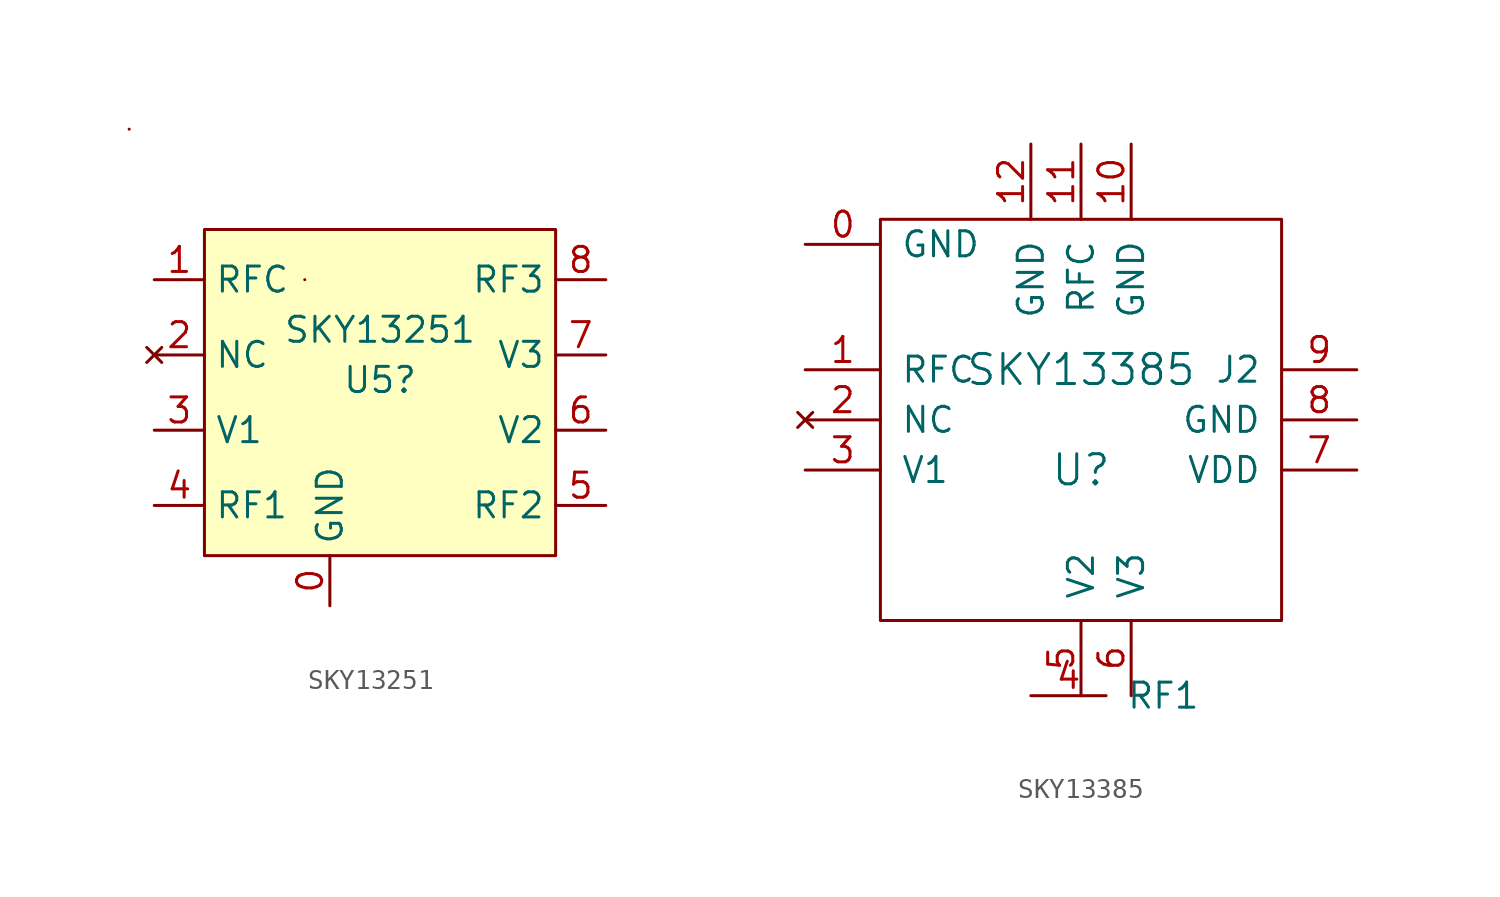
<source format=kicad_sym>
(kicad_symbol_lib
  (version 20211014)
  (generator kicad_symbol_editor)
  (symbol "SKY13251"
    (property "Reference" "U5"
      (at 0 1.27 0)
      (effects (font (size 1.27 1.27))))
    (property "Value" "SKY13251"
      (at 0 3.81 0)
      (effects (font (size 1.27 1.27))))
    (symbol "SKY13251_0_1"
      (rectangle (start -12.7 13.97) (end -12.7 13.97) (stroke (width 0.152) (type default) (color 0 0 0 0)) (fill (type none)))
      (rectangle (start -8.89 8.89) (end 8.89 -7.62) (stroke (width 0.152) (type default) (color 0 0 0 0)) (fill (type background)))
      (rectangle (start -3.81 6.35) (end -3.81 6.35) (stroke (width 0.152) (type default) (color 0 0 0 0)) (fill (type none))))
    (symbol "SKY13251_1_1"
      (pin power_in line (at -2.54 -10.16 90) (length 2.54) (name "GND" (effects (font (size 1.27 1.27)))) (number "0" (effects (font (size 1.27 1.27)))))
      (pin input line (at -11.43 6.35 0) (length 2.54) (name "RFC" (effects (font (size 1.27 1.27)))) (number "1" (effects (font (size 1.27 1.27)))))
      (pin no_connect line (at -11.43 2.54 0) (length 2.54) (name "NC" (effects (font (size 1.27 1.27)))) (number "2" (effects (font (size 1.27 1.27)))))
      (pin input line (at -11.43 -1.27 0) (length 2.54) (name "V1" (effects (font (size 1.27 1.27)))) (number "3" (effects (font (size 1.27 1.27)))))
      (pin output line (at -11.43 -5.08 0) (length 2.54) (name "RF1" (effects (font (size 1.27 1.27)))) (number "4" (effects (font (size 1.27 1.27)))))
      (pin output line (at 11.43 -5.08 180) (length 2.54) (name "RF2" (effects (font (size 1.27 1.27)))) (number "5" (effects (font (size 1.27 1.27)))))
      (pin input line (at 11.43 -1.27 180) (length 2.54) (name "V2" (effects (font (size 1.27 1.27)))) (number "6" (effects (font (size 1.27 1.27)))))
      (pin input line (at 11.43 2.54 180) (length 2.54) (name "V3" (effects (font (size 1.27 1.27)))) (number "7" (effects (font (size 1.27 1.27)))))
      (pin output line (at 11.43 6.35 180) (length 2.54) (name "RF3" (effects (font (size 1.27 1.27)))) (number "8" (effects (font (size 1.27 1.27)))))))
  (symbol "SKY13385"
    (pin_names
      (offset 1.016))
    (property "Reference" "U"
      (at 0 -2.54 0)
      (effects (font (size 1.524 1.524))))
    (property "Value" "SKY13385"
      (at 0 2.54 0)
      (effects (font (size 1.524 1.524))))
    (property "Footprint" ""
      (at 0 0 0)
      (effects (font (size 1.524 1.524))))
    (property "Datasheet" ""
      (at 0 0 0)
      (effects (font (size 1.524 1.524))))
    (symbol "SKY13385_0_1"
      (rectangle (start -10.16 10.16) (end 10.16 -10.16) (stroke (width 0) (type default) (color 0 0 0 0)) (fill (type none))))
    (symbol "SKY13385_1_1"
      (pin power_in line (at -13.97 8.89 0) (length 3.81) (name "GND" (effects (font (size 1.27 1.27)))) (number "0" (effects (font (size 1.27 1.27)))))
      (pin input line (at -13.97 2.54 0) (length 3.81) (name "RFC" (effects (font (size 1.27 1.27)))) (number "1" (effects (font (size 1.27 1.27)))))
      (pin power_in line (at 2.54 13.97 270) (length 3.81) (name "GND" (effects (font (size 1.27 1.27)))) (number "10" (effects (font (size 1.27 1.27)))))
      (pin bidirectional line (at 0 13.97 270) (length 3.81) (name "RFC" (effects (font (size 1.27 1.27)))) (number "11" (effects (font (size 1.27 1.27)))))
      (pin power_in line (at -2.54 13.97 270) (length 3.81) (name "GND" (effects (font (size 1.27 1.27)))) (number "12" (effects (font (size 1.27 1.27)))))
      (pin no_connect line (at -13.97 0 0) (length 3.81) (name "NC" (effects (font (size 1.27 1.27)))) (number "2" (effects (font (size 1.27 1.27)))))
      (pin power_in line (at -13.97 -2.54 0) (length 3.81) (name "V1" (effects (font (size 1.27 1.27)))) (number "3" (effects (font (size 1.27 1.27)))))
      (pin input line (at -2.54 -13.97 0) (length 3.81) (name "RF1" (effects (font (size 1.27 1.27)))) (number "4" (effects (font (size 1.27 1.27)))))
      (pin input line (at 0 -13.97 90) (length 3.81) (name "V2" (effects (font (size 1.27 1.27)))) (number "5" (effects (font (size 1.27 1.27)))))
      (pin input line (at 2.54 -13.97 90) (length 3.81) (name "V3" (effects (font (size 1.27 1.27)))) (number "6" (effects (font (size 1.27 1.27)))))
      (pin power_in line (at 13.97 -2.54 180) (length 3.81) (name "VDD" (effects (font (size 1.27 1.27)))) (number "7" (effects (font (size 1.27 1.27)))))
      (pin power_in line (at 13.97 0 180) (length 3.81) (name "GND" (effects (font (size 1.27 1.27)))) (number "8" (effects (font (size 1.27 1.27)))))
      (pin bidirectional line (at 13.97 2.54 180) (length 3.81) (name "J2" (effects (font (size 1.27 1.27)))) (number "9" (effects (font (size 1.27 1.27))))))))
</source>
